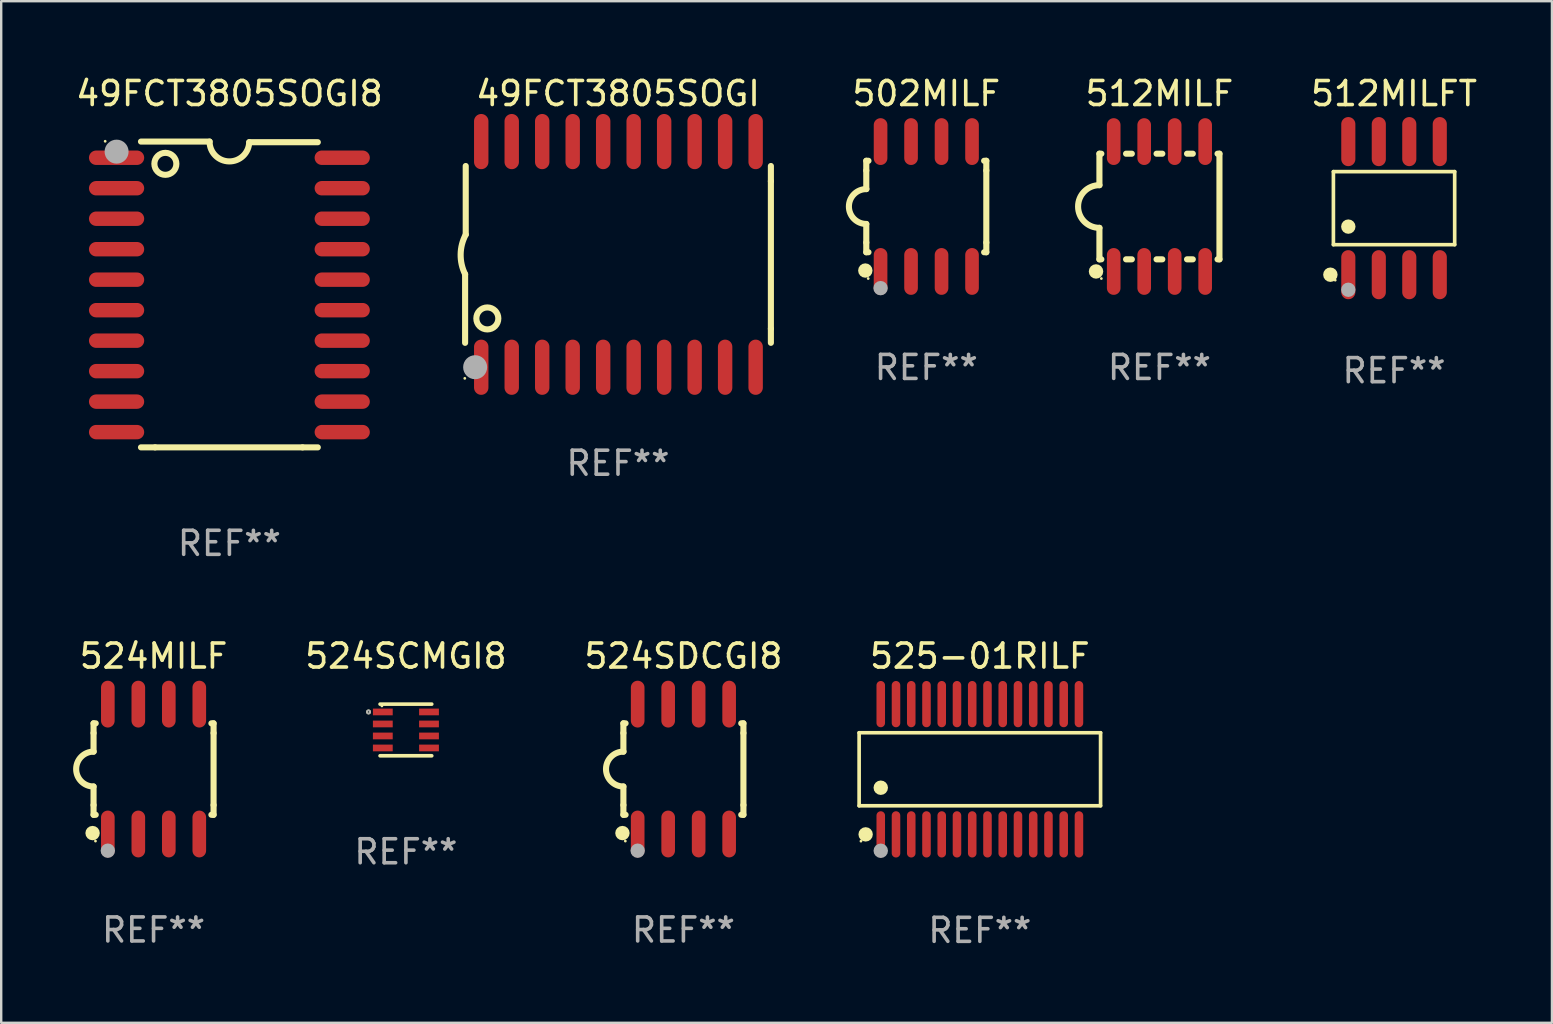
<source format=kicad_pcb>
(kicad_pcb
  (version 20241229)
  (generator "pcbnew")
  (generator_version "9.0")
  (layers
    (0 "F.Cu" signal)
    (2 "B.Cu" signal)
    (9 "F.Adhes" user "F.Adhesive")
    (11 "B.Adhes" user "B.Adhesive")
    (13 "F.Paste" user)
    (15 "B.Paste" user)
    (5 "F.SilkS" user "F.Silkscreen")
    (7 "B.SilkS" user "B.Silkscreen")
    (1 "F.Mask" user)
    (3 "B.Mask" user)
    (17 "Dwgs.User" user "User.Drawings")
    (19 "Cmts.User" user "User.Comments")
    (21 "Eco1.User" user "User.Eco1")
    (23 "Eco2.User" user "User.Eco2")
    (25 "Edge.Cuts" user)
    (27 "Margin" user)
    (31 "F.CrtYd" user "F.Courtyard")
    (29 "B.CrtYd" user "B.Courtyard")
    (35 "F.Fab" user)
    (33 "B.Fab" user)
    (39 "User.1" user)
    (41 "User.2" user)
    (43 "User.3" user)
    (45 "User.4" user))
  (footprint "49FCT3805SOGI"
    (layer "F.Cu")
    (at 22.694 7.548)
    (property "Reference" "49FCT3805SOGI" (at 0 -6.7 0) (layer "F.SilkS") (effects (font (size 1 1) (thickness 0.15))))
    (attr through_hole)
    (fp_line (start -6.369 0.826) (end -6.369 3.683) (stroke (width 0.254) (type solid)) (layer "F.SilkS"))
    (fp_line (start -6.343 -0.825) (end -6.343 -3.683) (stroke (width 0.254) (type solid)) (layer "F.SilkS"))
    (fp_line (start 6.369 -3.048) (end 6.369 -3.683) (stroke (width 0.254) (type solid)) (layer "F.SilkS"))
    (fp_line (start 6.369 -3.048) (end 6.369 3.096) (stroke (width 0.254) (type solid)) (layer "F.SilkS"))
    (fp_line (start 6.369 3.096) (end 6.369 3.683) (stroke (width 0.254) (type solid)) (layer "F.SilkS"))
    (fp_arc (start -6.36853 0.825552) (mid -6.554743 -0.00301) (end -6.343129 -0.825451) (stroke (width 0.254001) (type solid)) (layer "F.SilkS"))
    (fp_circle (center -6.382 5.163) (end -6.352 5.163) (stroke (width 0.06) (type solid)) (fill no) (layer "F.SilkS"))
    (fp_circle (center -5.443 2.667) (end -4.985 2.667) (stroke (width 0.254) (type solid)) (fill no) (layer "F.SilkS"))
    (fp_circle (center -5.951 4.699) (end -5.701 4.699) (stroke (width 0.5) (type solid)) (fill no) (layer "F.Fab"))
    (fp_text user "REF**" (at 0 8.7 0) (layer "F.Fab") (effects (font (size 1 1) (thickness 0.15))))
    (pad "1" smd oval (at -5.697 4.7 180) (size 0.6 2.3) (layers "F.Cu" "F.Mask" "F.Paste"))
    (pad "2" smd oval (at -4.427 4.7 180) (size 0.6 2.3) (layers "F.Cu" "F.Mask" "F.Paste"))
    (pad "3" smd oval (at -3.157 4.7 180) (size 0.6 2.3) (layers "F.Cu" "F.Mask" "F.Paste"))
    (pad "4" smd oval (at -1.887 4.7 180) (size 0.6 2.3) (layers "F.Cu" "F.Mask" "F.Paste"))
    (pad "5" smd oval (at -0.617 4.7 180) (size 0.6 2.3) (layers "F.Cu" "F.Mask" "F.Paste"))
    (pad "6" smd oval (at 0.653 4.7 180) (size 0.6 2.3) (layers "F.Cu" "F.Mask" "F.Paste"))
    (pad "7" smd oval (at 1.923 4.7 180) (size 0.6 2.3) (layers "F.Cu" "F.Mask" "F.Paste"))
    (pad "8" smd oval (at 3.193 4.7 180) (size 0.6 2.3) (layers "F.Cu" "F.Mask" "F.Paste"))
    (pad "9" smd oval (at 4.463 4.7 180) (size 0.6 2.3) (layers "F.Cu" "F.Mask" "F.Paste"))
    (pad "10" smd oval (at 5.734 4.7 180) (size 0.6 2.3) (layers "F.Cu" "F.Mask" "F.Paste"))
    (pad "11" smd oval (at 5.734 -4.7 180) (size 0.6 2.3) (layers "F.Cu" "F.Mask" "F.Paste"))
    (pad "12" smd oval (at 4.463 -4.7 180) (size 0.6 2.3) (layers "F.Cu" "F.Mask" "F.Paste"))
    (pad "13" smd oval (at 3.193 -4.7 180) (size 0.6 2.3) (layers "F.Cu" "F.Mask" "F.Paste"))
    (pad "14" smd oval (at 1.923 -4.7 180) (size 0.6 2.3) (layers "F.Cu" "F.Mask" "F.Paste"))
    (pad "15" smd oval (at 0.653 -4.7 180) (size 0.6 2.3) (layers "F.Cu" "F.Mask" "F.Paste"))
    (pad "16" smd oval (at -0.617 -4.7 180) (size 0.6 2.3) (layers "F.Cu" "F.Mask" "F.Paste"))
    (pad "17" smd oval (at -1.887 -4.7 180) (size 0.6 2.3) (layers "F.Cu" "F.Mask" "F.Paste"))
    (pad "18" smd oval (at -3.157 -4.7 180) (size 0.6 2.3) (layers "F.Cu" "F.Mask" "F.Paste"))
    (pad "19" smd oval (at -4.427 -4.7 180) (size 0.6 2.3) (layers "F.Cu" "F.Mask" "F.Paste"))
    (pad "20" smd oval (at -5.697 -4.7 180) (size 0.6 2.3) (layers "F.Cu" "F.Mask" "F.Paste")))
  (footprint "512MILF"
    (layer "F.Cu")
    (at 45.249 5.553)
    (property "Reference" "512MILF" (at 0 -4.705 0) (layer "F.SilkS") (effects (font (size 1 1) (thickness 0.15))))
    (attr through_hole)
    (fp_line (start -2.5 -2.2) (end -2.5 -0.889) (stroke (width 0.254) (type solid)) (layer "F.SilkS"))
    (fp_line (start -2.5 2.2) (end -2.5 0.889) (stroke (width 0.254) (type solid)) (layer "F.SilkS"))
    (fp_line (start -2.42 -2.2) (end -2.5 -2.2) (stroke (width 0.254) (type solid)) (layer "F.SilkS"))
    (fp_line (start -2.42 2.2) (end -2.5 2.2) (stroke (width 0.254) (type solid)) (layer "F.SilkS"))
    (fp_line (start -1.15 -2.2) (end -1.39 -2.2) (stroke (width 0.254) (type solid)) (layer "F.SilkS"))
    (fp_line (start -1.15 2.2) (end -1.39 2.2) (stroke (width 0.254) (type solid)) (layer "F.SilkS"))
    (fp_line (start 0.12 -2.2) (end -0.12 -2.2) (stroke (width 0.254) (type solid)) (layer "F.SilkS"))
    (fp_line (start 0.12 2.2) (end -0.12 2.2) (stroke (width 0.254) (type solid)) (layer "F.SilkS"))
    (fp_line (start 1.39 -2.2) (end 1.15 -2.2) (stroke (width 0.254) (type solid)) (layer "F.SilkS"))
    (fp_line (start 1.39 2.2) (end 1.15 2.2) (stroke (width 0.254) (type solid)) (layer "F.SilkS"))
    (fp_line (start 2.5 -2.2) (end 2.42 -2.2) (stroke (width 0.254) (type solid)) (layer "F.SilkS"))
    (fp_line (start 2.5 -2.2) (end 2.5 2.2) (stroke (width 0.254) (type solid)) (layer "F.SilkS"))
    (fp_line (start 2.5 2.2) (end 2.42 2.2) (stroke (width 0.254) (type solid)) (layer "F.SilkS"))
    (fp_arc (start -2.5 0.889002) (mid -3.388367 -0.000318) (end -2.499365 -0.889002) (stroke (width 0.254001) (type solid)) (layer "F.SilkS"))
    (fp_circle (center -2.642 2.705) (end -2.491 2.705) (stroke (width 0.3) (type solid)) (fill no) (layer "F.SilkS"))
    (fp_circle (center -2.42 3) (end -2.39 3) (stroke (width 0.06) (type solid)) (fill no) (layer "F.SilkS"))
    (fp_text user "REF**" (at 0 6.705 0) (layer "F.Fab") (effects (font (size 1 1) (thickness 0.15))))
    (pad "1" smd oval (at -1.905 2.705) (size 0.568 1.95) (layers "F.Cu" "F.Mask" "F.Paste"))
    (pad "2" smd oval (at -0.635 2.705) (size 0.568 1.95) (layers "F.Cu" "F.Mask" "F.Paste"))
    (pad "3" smd oval (at 0.635 2.705) (size 0.568 1.95) (layers "F.Cu" "F.Mask" "F.Paste"))
    (pad "4" smd oval (at 1.905 2.705) (size 0.568 1.95) (layers "F.Cu" "F.Mask" "F.Paste"))
    (pad "5" smd oval (at 1.905 -2.705) (size 0.568 1.95) (layers "F.Cu" "F.Mask" "F.Paste"))
    (pad "6" smd oval (at 0.635 -2.705) (size 0.568 1.95) (layers "F.Cu" "F.Mask" "F.Paste"))
    (pad "7" smd oval (at -0.635 -2.705) (size 0.568 1.95) (layers "F.Cu" "F.Mask" "F.Paste"))
    (pad "8" smd oval (at -1.905 -2.705) (size 0.568 1.95) (layers "F.Cu" "F.Mask" "F.Paste")))
  (footprint "524SCMGI8"
    (layer "F.Cu")
    (at 13.859 27.358)
    (property "Reference" "524SCMGI8" (at 0 -3.076 0) (layer "F.SilkS") (effects (font (size 1 1) (thickness 0.15))))
    (attr through_hole)
    (fp_line (start -1.076 -1.076) (end 1.076 -1.076) (stroke (width 0.152) (type solid)) (layer "F.SilkS"))
    (fp_line (start -1.076 1.076) (end 1.076 1.076) (stroke (width 0.152) (type solid)) (layer "F.SilkS"))
    (fp_circle (center -1.557 -0.75) (end -1.523 -0.75) (stroke (width 0.069) (type solid)) (fill no) (layer "F.SilkS"))
    (fp_circle (center -1 -1) (end -0.97 -1) (stroke (width 0.06) (type solid)) (fill no) (layer "F.SilkS"))
    (fp_circle (center -1.557 -0.75) (end -1.523 -0.75) (stroke (width 0.069) (type solid)) (fill no) (layer "F.Fab"))
    (fp_text user "REF**" (at 0 5.076 0) (layer "F.Fab") (effects (font (size 1 1) (thickness 0.15))))
    (pad "1" smd rect (at -0.962 -0.75) (size 0.825 0.28) (layers "F.Cu" "F.Mask" "F.Paste"))
    (pad "2" smd rect (at -0.962 -0.25) (size 0.825 0.28) (layers "F.Cu" "F.Mask" "F.Paste"))
    (pad "3" smd rect (at -0.962 0.25) (size 0.825 0.28) (layers "F.Cu" "F.Mask" "F.Paste"))
    (pad "4" smd rect (at -0.962 0.75) (size 0.825 0.28) (layers "F.Cu" "F.Mask" "F.Paste"))
    (pad "5" smd rect (at 0.962 0.75) (size 0.825 0.28) (layers "F.Cu" "F.Mask" "F.Paste"))
    (pad "6" smd rect (at 0.962 0.25) (size 0.825 0.28) (layers "F.Cu" "F.Mask" "F.Paste"))
    (pad "7" smd rect (at 0.962 -0.25) (size 0.825 0.28) (layers "F.Cu" "F.Mask" "F.Paste"))
    (pad "8" smd rect (at 0.962 -0.75) (size 0.825 0.28) (layers "F.Cu" "F.Mask" "F.Paste")))
  (footprint "524MILF"
    (layer "F.Cu")
    (at 3.347 28.987)
    (property "Reference" "524MILF" (at 0 -4.705 0) (layer "F.SilkS") (effects (font (size 1 1) (thickness 0.15))))
    (attr through_hole)
    (fp_line (start -2.5 -1.905) (end -2.409 -1.905) (stroke (width 0.254) (type solid)) (layer "F.SilkS"))
    (fp_line (start -2.5 -1.5) (end -2.5 -1.905) (stroke (width 0.254) (type solid)) (layer "F.SilkS"))
    (fp_line (start -2.5 -1.5) (end -2.5 -0.726) (stroke (width 0.254) (type solid)) (layer "F.SilkS"))
    (fp_line (start -2.5 1.5) (end -2.5 0.727) (stroke (width 0.254) (type solid)) (layer "F.SilkS"))
    (fp_line (start -2.5 1.5) (end -2.5 1.905) (stroke (width 0.254) (type solid)) (layer "F.SilkS"))
    (fp_line (start -2.5 1.905) (end -2.409 1.905) (stroke (width 0.254) (type solid)) (layer "F.SilkS"))
    (fp_line (start 2.5 -1.905) (end 2.409 -1.905) (stroke (width 0.254) (type solid)) (layer "F.SilkS"))
    (fp_line (start 2.5 -1.5) (end 2.5 -1.905) (stroke (width 0.254) (type solid)) (layer "F.SilkS"))
    (fp_line (start 2.5 -1.5) (end 2.5 1.5) (stroke (width 0.254) (type solid)) (layer "F.SilkS"))
    (fp_line (start 2.5 1.5) (end 2.5 1.905) (stroke (width 0.254) (type solid)) (layer "F.SilkS"))
    (fp_line (start 2.5 1.905) (end 2.409 1.905) (stroke (width 0.254) (type solid)) (layer "F.SilkS"))
    (fp_arc (start -2.5 0.726568) (mid -3.220316 -0.0023) (end -2.495097 -0.726289) (stroke (width 0.254001) (type solid)) (layer "F.SilkS"))
    (fp_circle (center -2.54 2.667) (end -2.39 2.667) (stroke (width 0.3) (type solid)) (fill no) (layer "F.SilkS"))
    (fp_circle (center -2.42 3) (end -2.39 3) (stroke (width 0.06) (type solid)) (fill no) (layer "F.SilkS"))
    (fp_circle (center -1.905 3.4) (end -1.755 3.4) (stroke (width 0.3) (type solid)) (fill no) (layer "F.Fab"))
    (fp_text user "REF**" (at 0 6.705 0) (layer "F.Fab") (effects (font (size 1 1) (thickness 0.15))))
    (pad "1" smd oval (at -1.905 2.705) (size 0.568 1.95) (layers "F.Cu" "F.Mask" "F.Paste"))
    (pad "2" smd oval (at -0.635 2.705) (size 0.568 1.95) (layers "F.Cu" "F.Mask" "F.Paste"))
    (pad "3" smd oval (at 0.635 2.705) (size 0.568 1.95) (layers "F.Cu" "F.Mask" "F.Paste"))
    (pad "4" smd oval (at 1.905 2.705) (size 0.568 1.95) (layers "F.Cu" "F.Mask" "F.Paste"))
    (pad "5" smd oval (at 1.905 -2.705) (size 0.568 1.95) (layers "F.Cu" "F.Mask" "F.Paste"))
    (pad "6" smd oval (at 0.635 -2.705) (size 0.568 1.95) (layers "F.Cu" "F.Mask" "F.Paste"))
    (pad "7" smd oval (at -0.635 -2.705) (size 0.568 1.95) (layers "F.Cu" "F.Mask" "F.Paste"))
    (pad "8" smd oval (at -1.905 -2.705) (size 0.568 1.95) (layers "F.Cu" "F.Mask" "F.Paste")))
  (footprint "524SDCGI8"
    (layer "F.Cu")
    (at 25.419 28.987)
    (property "Reference" "524SDCGI8" (at 0 -4.705 0) (layer "F.SilkS") (effects (font (size 1 1) (thickness 0.15))))
    (attr through_hole)
    (fp_line (start -2.5 -1.905) (end -2.409 -1.905) (stroke (width 0.254) (type solid)) (layer "F.SilkS"))
    (fp_line (start -2.5 -1.5) (end -2.5 -1.905) (stroke (width 0.254) (type solid)) (layer "F.SilkS"))
    (fp_line (start -2.5 -1.5) (end -2.5 -0.726) (stroke (width 0.254) (type solid)) (layer "F.SilkS"))
    (fp_line (start -2.5 1.5) (end -2.5 0.727) (stroke (width 0.254) (type solid)) (layer "F.SilkS"))
    (fp_line (start -2.5 1.5) (end -2.5 1.905) (stroke (width 0.254) (type solid)) (layer "F.SilkS"))
    (fp_line (start -2.5 1.905) (end -2.409 1.905) (stroke (width 0.254) (type solid)) (layer "F.SilkS"))
    (fp_line (start 2.5 -1.905) (end 2.409 -1.905) (stroke (width 0.254) (type solid)) (layer "F.SilkS"))
    (fp_line (start 2.5 -1.5) (end 2.5 -1.905) (stroke (width 0.254) (type solid)) (layer "F.SilkS"))
    (fp_line (start 2.5 -1.5) (end 2.5 1.5) (stroke (width 0.254) (type solid)) (layer "F.SilkS"))
    (fp_line (start 2.5 1.5) (end 2.5 1.905) (stroke (width 0.254) (type solid)) (layer "F.SilkS"))
    (fp_line (start 2.5 1.905) (end 2.409 1.905) (stroke (width 0.254) (type solid)) (layer "F.SilkS"))
    (fp_arc (start -2.5 0.726568) (mid -3.220316 -0.0023) (end -2.495097 -0.726289) (stroke (width 0.254001) (type solid)) (layer "F.SilkS"))
    (fp_circle (center -2.54 2.667) (end -2.39 2.667) (stroke (width 0.3) (type solid)) (fill no) (layer "F.SilkS"))
    (fp_circle (center -2.42 3) (end -2.39 3) (stroke (width 0.06) (type solid)) (fill no) (layer "F.SilkS"))
    (fp_circle (center -1.905 3.4) (end -1.755 3.4) (stroke (width 0.3) (type solid)) (fill no) (layer "F.Fab"))
    (fp_text user "REF**" (at 0 6.705 0) (layer "F.Fab") (effects (font (size 1 1) (thickness 0.15))))
    (pad "1" smd oval (at -1.905 2.705) (size 0.568 1.95) (layers "F.Cu" "F.Mask" "F.Paste"))
    (pad "2" smd oval (at -0.635 2.705) (size 0.568 1.95) (layers "F.Cu" "F.Mask" "F.Paste"))
    (pad "3" smd oval (at 0.635 2.705) (size 0.568 1.95) (layers "F.Cu" "F.Mask" "F.Paste"))
    (pad "4" smd oval (at 1.905 2.705) (size 0.568 1.95) (layers "F.Cu" "F.Mask" "F.Paste"))
    (pad "5" smd oval (at 1.905 -2.705) (size 0.568 1.95) (layers "F.Cu" "F.Mask" "F.Paste"))
    (pad "6" smd oval (at 0.635 -2.705) (size 0.568 1.95) (layers "F.Cu" "F.Mask" "F.Paste"))
    (pad "7" smd oval (at -0.635 -2.705) (size 0.568 1.95) (layers "F.Cu" "F.Mask" "F.Paste"))
    (pad "8" smd oval (at -1.905 -2.705) (size 0.568 1.95) (layers "F.Cu" "F.Mask" "F.Paste")))
  (footprint "512MILFT"
    (layer "F.Cu")
    (at 55.022 5.621)
    (property "Reference" "512MILFT" (at 0 -4.772 0) (layer "F.SilkS") (effects (font (size 1 1) (thickness 0.15))))
    (attr through_hole)
    (fp_line (start -2.526 -1.521) (end 2.526 -1.521) (stroke (width 0.152) (type solid)) (layer "F.SilkS"))
    (fp_line (start -2.526 1.521) (end -2.526 -1.521) (stroke (width 0.152) (type solid)) (layer "F.SilkS"))
    (fp_line (start 2.526 -1.521) (end 2.526 1.521) (stroke (width 0.152) (type solid)) (layer "F.SilkS"))
    (fp_line (start 2.526 1.521) (end -2.526 1.521) (stroke (width 0.152) (type solid)) (layer "F.SilkS"))
    (fp_circle (center -2.652 2.772) (end -2.501 2.772) (stroke (width 0.3) (type solid)) (fill no) (layer "F.SilkS"))
    (fp_circle (center -2.45 3) (end -2.42 3) (stroke (width 0.06) (type solid)) (fill no) (layer "F.SilkS"))
    (fp_circle (center -1.905 0.769) (end -1.755 0.769) (stroke (width 0.3) (type solid)) (fill no) (layer "F.SilkS"))
    (fp_circle (center -1.905 3.4) (end -1.755 3.4) (stroke (width 0.3) (type solid)) (fill no) (layer "F.Fab"))
    (fp_text user "REF**" (at 0 6.772 0) (layer "F.Fab") (effects (font (size 1 1) (thickness 0.15))))
    (pad "1" smd oval (at -1.905 2.772) (size 0.588 2.045) (layers "F.Cu" "F.Mask" "F.Paste"))
    (pad "2" smd oval (at -0.635 2.772) (size 0.588 2.045) (layers "F.Cu" "F.Mask" "F.Paste"))
    (pad "3" smd oval (at 0.635 2.772) (size 0.588 2.045) (layers "F.Cu" "F.Mask" "F.Paste"))
    (pad "4" smd oval (at 1.905 2.772) (size 0.588 2.045) (layers "F.Cu" "F.Mask" "F.Paste"))
    (pad "5" smd oval (at 1.905 -2.772) (size 0.588 2.045) (layers "F.Cu" "F.Mask" "F.Paste"))
    (pad "6" smd oval (at 0.635 -2.772) (size 0.588 2.045) (layers "F.Cu" "F.Mask" "F.Paste"))
    (pad "7" smd oval (at -0.635 -2.772) (size 0.588 2.045) (layers "F.Cu" "F.Mask" "F.Paste"))
    (pad "8" smd oval (at -1.905 -2.772) (size 0.588 2.045) (layers "F.Cu" "F.Mask" "F.Paste")))
  (footprint "525-01RILF"
    (layer "F.Cu")
    (at 37.768 28.995)
    (property "Reference" "525-01RILF" (at 0 -4.713 0) (layer "F.SilkS") (effects (font (size 1 1) (thickness 0.15))))
    (attr through_hole)
    (fp_line (start -5.029 -1.521) (end 5.029 -1.521) (stroke (width 0.152) (type solid)) (layer "F.SilkS"))
    (fp_line (start -5.029 1.521) (end -5.029 -1.521) (stroke (width 0.152) (type solid)) (layer "F.SilkS"))
    (fp_line (start 5.029 -1.521) (end 5.029 1.521) (stroke (width 0.152) (type solid)) (layer "F.SilkS"))
    (fp_line (start 5.029 1.521) (end -5.029 1.521) (stroke (width 0.152) (type solid)) (layer "F.SilkS"))
    (fp_circle (center -4.953 2.995) (end -4.923 2.995) (stroke (width 0.06) (type solid)) (fill no) (layer "F.SilkS"))
    (fp_circle (center -4.758 2.713) (end -4.608 2.713) (stroke (width 0.3) (type solid)) (fill no) (layer "F.SilkS"))
    (fp_circle (center -4.128 0.769) (end -3.977 0.769) (stroke (width 0.3) (type solid)) (fill no) (layer "F.SilkS"))
    (fp_circle (center -4.128 3.395) (end -3.977 3.395) (stroke (width 0.3) (type solid)) (fill no) (layer "F.Fab"))
    (fp_text user "REF**" (at 0 6.713 0) (layer "F.Fab") (effects (font (size 1 1) (thickness 0.15))))
    (pad "1" smd oval (at -4.128 2.713) (size 0.356 1.927) (layers "F.Cu" "F.Mask" "F.Paste"))
    (pad "2" smd oval (at -3.493 2.713) (size 0.356 1.927) (layers "F.Cu" "F.Mask" "F.Paste"))
    (pad "3" smd oval (at -2.858 2.713) (size 0.356 1.927) (layers "F.Cu" "F.Mask" "F.Paste"))
    (pad "4" smd oval (at -2.223 2.713) (size 0.356 1.927) (layers "F.Cu" "F.Mask" "F.Paste"))
    (pad "5" smd oval (at -1.588 2.713) (size 0.356 1.927) (layers "F.Cu" "F.Mask" "F.Paste"))
    (pad "6" smd oval (at -0.953 2.713) (size 0.356 1.927) (layers "F.Cu" "F.Mask" "F.Paste"))
    (pad "7" smd oval (at -0.318 2.713) (size 0.356 1.927) (layers "F.Cu" "F.Mask" "F.Paste"))
    (pad "8" smd oval (at 0.318 2.713) (size 0.356 1.927) (layers "F.Cu" "F.Mask" "F.Paste"))
    (pad "9" smd oval (at 0.953 2.713) (size 0.356 1.927) (layers "F.Cu" "F.Mask" "F.Paste"))
    (pad "10" smd oval (at 1.588 2.713) (size 0.356 1.927) (layers "F.Cu" "F.Mask" "F.Paste"))
    (pad "11" smd oval (at 2.223 2.713) (size 0.356 1.927) (layers "F.Cu" "F.Mask" "F.Paste"))
    (pad "12" smd oval (at 2.858 2.713) (size 0.356 1.927) (layers "F.Cu" "F.Mask" "F.Paste"))
    (pad "13" smd oval (at 3.493 2.713) (size 0.356 1.927) (layers "F.Cu" "F.Mask" "F.Paste"))
    (pad "14" smd oval (at 4.128 2.713) (size 0.356 1.927) (layers "F.Cu" "F.Mask" "F.Paste"))
    (pad "15" smd oval (at 4.128 -2.713) (size 0.356 1.927) (layers "F.Cu" "F.Mask" "F.Paste"))
    (pad "16" smd oval (at 3.493 -2.713) (size 0.356 1.927) (layers "F.Cu" "F.Mask" "F.Paste"))
    (pad "17" smd oval (at 2.858 -2.713) (size 0.356 1.927) (layers "F.Cu" "F.Mask" "F.Paste"))
    (pad "18" smd oval (at 2.223 -2.713) (size 0.356 1.927) (layers "F.Cu" "F.Mask" "F.Paste"))
    (pad "19" smd oval (at 1.588 -2.713) (size 0.356 1.927) (layers "F.Cu" "F.Mask" "F.Paste"))
    (pad "20" smd oval (at 0.953 -2.713) (size 0.356 1.927) (layers "F.Cu" "F.Mask" "F.Paste"))
    (pad "21" smd oval (at 0.318 -2.713) (size 0.356 1.927) (layers "F.Cu" "F.Mask" "F.Paste"))
    (pad "22" smd oval (at -0.318 -2.713) (size 0.356 1.927) (layers "F.Cu" "F.Mask" "F.Paste"))
    (pad "23" smd oval (at -0.953 -2.713) (size 0.356 1.927) (layers "F.Cu" "F.Mask" "F.Paste"))
    (pad "24" smd oval (at -1.588 -2.713) (size 0.356 1.927) (layers "F.Cu" "F.Mask" "F.Paste"))
    (pad "25" smd oval (at -2.223 -2.713) (size 0.356 1.927) (layers "F.Cu" "F.Mask" "F.Paste"))
    (pad "26" smd oval (at -2.858 -2.713) (size 0.356 1.927) (layers "F.Cu" "F.Mask" "F.Paste"))
    (pad "27" smd oval (at -3.493 -2.713) (size 0.356 1.927) (layers "F.Cu" "F.Mask" "F.Paste"))
    (pad "28" smd oval (at -4.128 -2.713) (size 0.356 1.927) (layers "F.Cu" "F.Mask" "F.Paste")))
  (footprint "49FCT3805SOGI8"
    (layer "F.Cu")
    (at 6.506 9.217)
    (property "Reference" "49FCT3805SOGI8" (at 0 -8.369 0) (layer "F.SilkS") (effects (font (size 1 1) (thickness 0.15))))
    (attr through_hole)
    (fp_line (start -3.096 6.369) (end -3.683 6.369) (stroke (width 0.254) (type solid)) (layer "F.SilkS"))
    (fp_line (start -0.825 -6.369) (end -3.683 -6.369) (stroke (width 0.254) (type solid)) (layer "F.SilkS"))
    (fp_line (start 0.826 -6.343) (end 3.683 -6.343) (stroke (width 0.254) (type solid)) (layer "F.SilkS"))
    (fp_line (start 3.048 6.369) (end -3.096 6.369) (stroke (width 0.254) (type solid)) (layer "F.SilkS"))
    (fp_line (start 3.048 6.369) (end 3.683 6.369) (stroke (width 0.254) (type solid)) (layer "F.SilkS"))
    (fp_arc (start 0.825527 -6.343129) (mid -0.012478 -5.543126) (end -0.825476 -6.36853) (stroke (width 0.254001) (type solid)) (layer "F.SilkS"))
    (fp_circle (center -5.175 -6.382) (end -5.145 -6.382) (stroke (width 0.06) (type solid)) (fill no) (layer "F.SilkS"))
    (fp_circle (center -2.667 -5.442) (end -2.209 -5.442) (stroke (width 0.254) (type solid)) (fill no) (layer "F.SilkS"))
    (fp_circle (center -4.699 -5.95) (end -4.449 -5.95) (stroke (width 0.5) (type solid)) (fill no) (layer "F.Fab"))
    (fp_text user "REF**" (at 0 10.369 0) (layer "F.Fab") (effects (font (size 1 1) (thickness 0.15))))
    (pad "1" smd oval (at -4.7 -5.696 90) (size 0.6 2.3) (layers "F.Cu" "F.Mask" "F.Paste"))
    (pad "2" smd oval (at -4.7 -4.426 90) (size 0.6 2.3) (layers "F.Cu" "F.Mask" "F.Paste"))
    (pad "3" smd oval (at -4.7 -3.156 90) (size 0.6 2.3) (layers "F.Cu" "F.Mask" "F.Paste"))
    (pad "4" smd oval (at -4.7 -1.886 90) (size 0.6 2.3) (layers "F.Cu" "F.Mask" "F.Paste"))
    (pad "5" smd oval (at -4.7 -0.616 90) (size 0.6 2.3) (layers "F.Cu" "F.Mask" "F.Paste"))
    (pad "6" smd oval (at -4.7 0.654 90) (size 0.6 2.3) (layers "F.Cu" "F.Mask" "F.Paste"))
    (pad "7" smd oval (at -4.7 1.924 90) (size 0.6 2.3) (layers "F.Cu" "F.Mask" "F.Paste"))
    (pad "8" smd oval (at -4.7 3.194 90) (size 0.6 2.3) (layers "F.Cu" "F.Mask" "F.Paste"))
    (pad "9" smd oval (at -4.7 4.464 90) (size 0.6 2.3) (layers "F.Cu" "F.Mask" "F.Paste"))
    (pad "10" smd oval (at -4.7 5.734 90) (size 0.6 2.3) (layers "F.Cu" "F.Mask" "F.Paste"))
    (pad "11" smd oval (at 4.7 5.734 90) (size 0.6 2.3) (layers "F.Cu" "F.Mask" "F.Paste"))
    (pad "12" smd oval (at 4.7 4.464 90) (size 0.6 2.3) (layers "F.Cu" "F.Mask" "F.Paste"))
    (pad "13" smd oval (at 4.7 3.194 90) (size 0.6 2.3) (layers "F.Cu" "F.Mask" "F.Paste"))
    (pad "14" smd oval (at 4.7 1.924 90) (size 0.6 2.3) (layers "F.Cu" "F.Mask" "F.Paste"))
    (pad "15" smd oval (at 4.7 0.654 90) (size 0.6 2.3) (layers "F.Cu" "F.Mask" "F.Paste"))
    (pad "16" smd oval (at 4.7 -0.616 90) (size 0.6 2.3) (layers "F.Cu" "F.Mask" "F.Paste"))
    (pad "17" smd oval (at 4.7 -1.886 90) (size 0.6 2.3) (layers "F.Cu" "F.Mask" "F.Paste"))
    (pad "18" smd oval (at 4.7 -3.156 90) (size 0.6 2.3) (layers "F.Cu" "F.Mask" "F.Paste"))
    (pad "19" smd oval (at 4.7 -4.426 90) (size 0.6 2.3) (layers "F.Cu" "F.Mask" "F.Paste"))
    (pad "20" smd oval (at 4.7 -5.696 90) (size 0.6 2.3) (layers "F.Cu" "F.Mask" "F.Paste")))
  (footprint "502MILF"
    (layer "F.Cu")
    (at 35.537 5.553)
    (property "Reference" "502MILF" (at 0 -4.705 0) (layer "F.SilkS") (effects (font (size 1 1) (thickness 0.15))))
    (attr through_hole)
    (fp_line (start -2.5 -1.905) (end -2.409 -1.905) (stroke (width 0.254) (type solid)) (layer "F.SilkS"))
    (fp_line (start -2.5 -1.5) (end -2.5 -1.905) (stroke (width 0.254) (type solid)) (layer "F.SilkS"))
    (fp_line (start -2.5 -1.5) (end -2.5 -0.726) (stroke (width 0.254) (type solid)) (layer "F.SilkS"))
    (fp_line (start -2.5 1.5) (end -2.5 0.727) (stroke (width 0.254) (type solid)) (layer "F.SilkS"))
    (fp_line (start -2.5 1.5) (end -2.5 1.905) (stroke (width 0.254) (type solid)) (layer "F.SilkS"))
    (fp_line (start -2.5 1.905) (end -2.409 1.905) (stroke (width 0.254) (type solid)) (layer "F.SilkS"))
    (fp_line (start 2.5 -1.905) (end 2.409 -1.905) (stroke (width 0.254) (type solid)) (layer "F.SilkS"))
    (fp_line (start 2.5 -1.5) (end 2.5 -1.905) (stroke (width 0.254) (type solid)) (layer "F.SilkS"))
    (fp_line (start 2.5 -1.5) (end 2.5 1.5) (stroke (width 0.254) (type solid)) (layer "F.SilkS"))
    (fp_line (start 2.5 1.5) (end 2.5 1.905) (stroke (width 0.254) (type solid)) (layer "F.SilkS"))
    (fp_line (start 2.5 1.905) (end 2.409 1.905) (stroke (width 0.254) (type solid)) (layer "F.SilkS"))
    (fp_arc (start -2.5 0.726568) (mid -3.220316 -0.0023) (end -2.495097 -0.726289) (stroke (width 0.254001) (type solid)) (layer "F.SilkS"))
    (fp_circle (center -2.54 2.667) (end -2.39 2.667) (stroke (width 0.3) (type solid)) (fill no) (layer "F.SilkS"))
    (fp_circle (center -2.42 3) (end -2.39 3) (stroke (width 0.06) (type solid)) (fill no) (layer "F.SilkS"))
    (fp_circle (center -1.905 3.4) (end -1.755 3.4) (stroke (width 0.3) (type solid)) (fill no) (layer "F.Fab"))
    (fp_text user "REF**" (at 0 6.705 0) (layer "F.Fab") (effects (font (size 1 1) (thickness 0.15))))
    (pad "1" smd oval (at -1.905 2.705) (size 0.568 1.95) (layers "F.Cu" "F.Mask" "F.Paste"))
    (pad "2" smd oval (at -0.635 2.705) (size 0.568 1.95) (layers "F.Cu" "F.Mask" "F.Paste"))
    (pad "3" smd oval (at 0.635 2.705) (size 0.568 1.95) (layers "F.Cu" "F.Mask" "F.Paste"))
    (pad "4" smd oval (at 1.905 2.705) (size 0.568 1.95) (layers "F.Cu" "F.Mask" "F.Paste"))
    (pad "5" smd oval (at 1.905 -2.705) (size 0.568 1.95) (layers "F.Cu" "F.Mask" "F.Paste"))
    (pad "6" smd oval (at 0.635 -2.705) (size 0.568 1.95) (layers "F.Cu" "F.Mask" "F.Paste"))
    (pad "7" smd oval (at -0.635 -2.705) (size 0.568 1.95) (layers "F.Cu" "F.Mask" "F.Paste"))
    (pad "8" smd oval (at -1.905 -2.705) (size 0.568 1.95) (layers "F.Cu" "F.Mask" "F.Paste")))
  (gr_rect
    (start -3 -3)
    (end 61.6 39.557)
    (stroke (width 0.1) (type default))
    (fill no)
    (layer "Edge.Cuts")))
</source>
